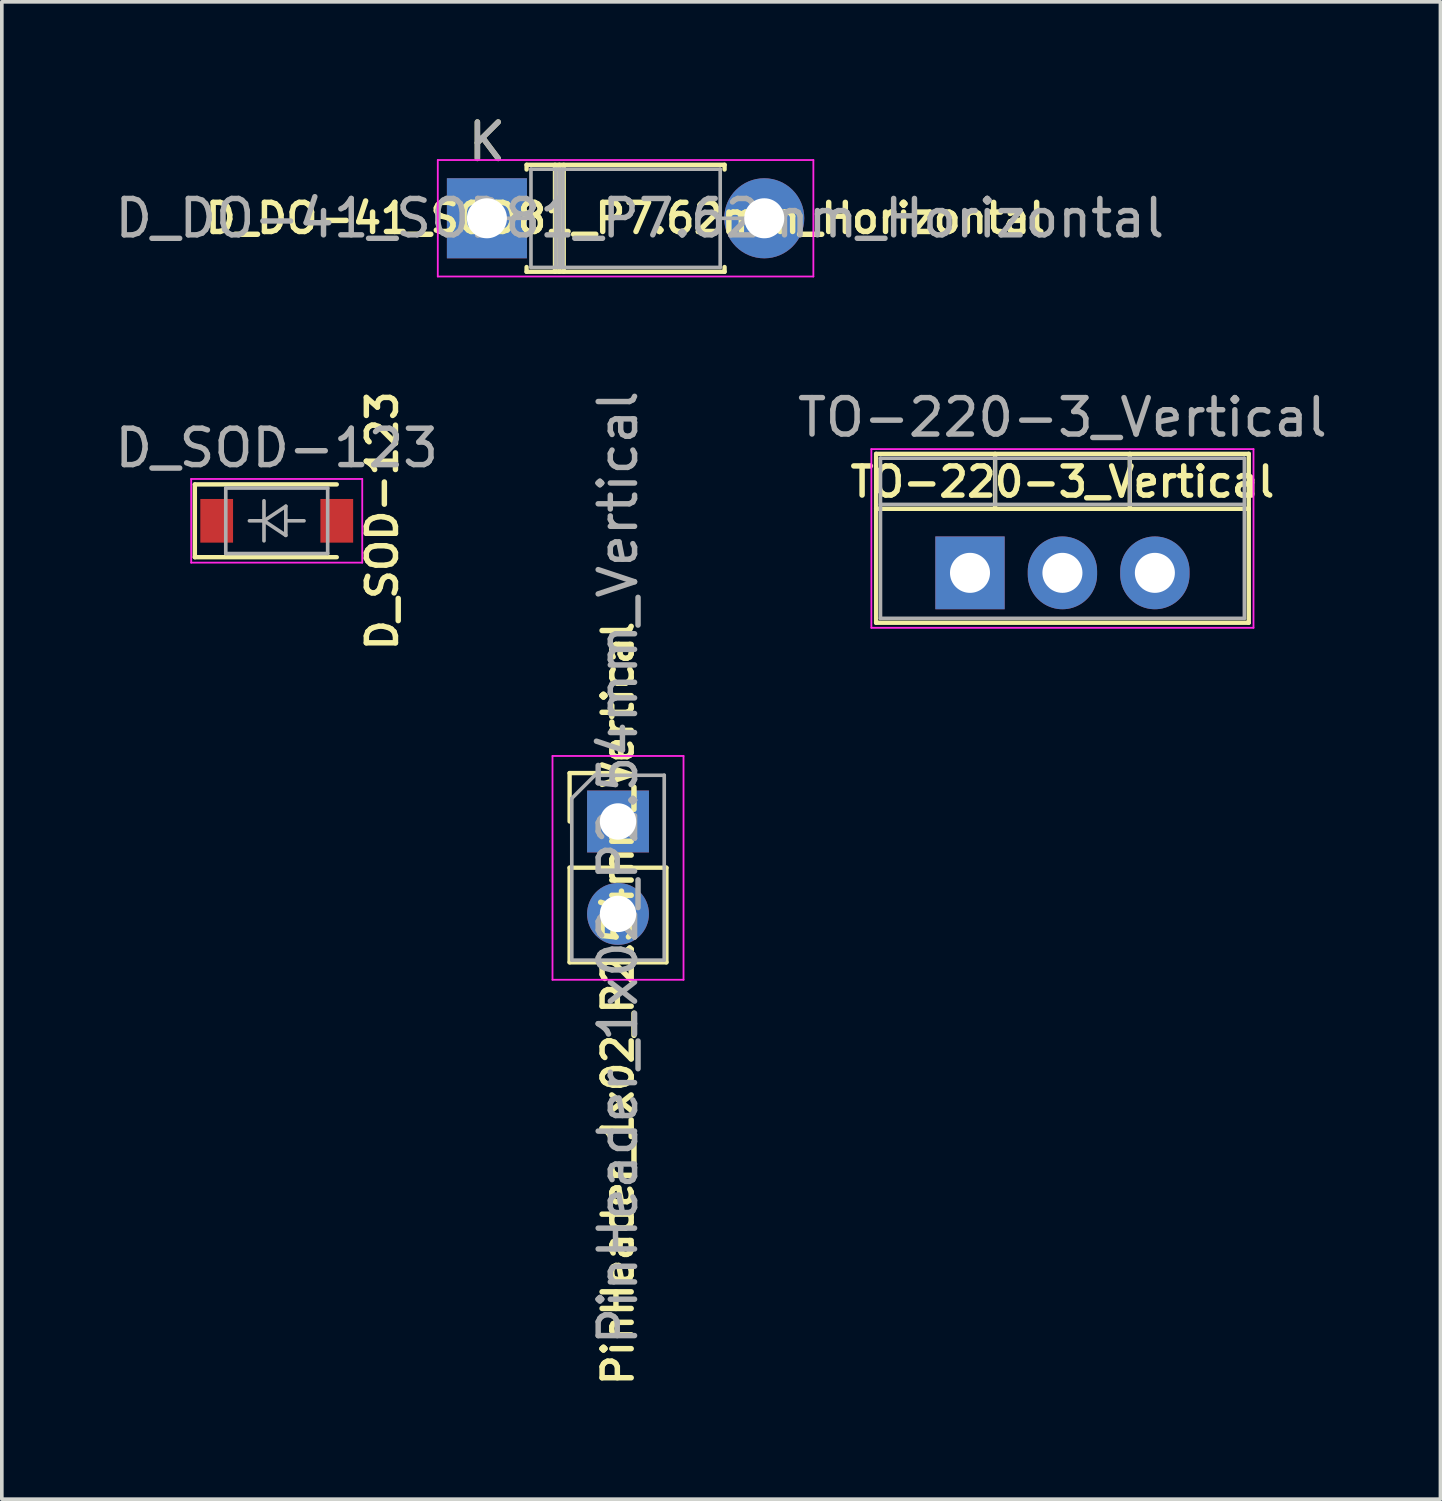
<source format=kicad_pcb>
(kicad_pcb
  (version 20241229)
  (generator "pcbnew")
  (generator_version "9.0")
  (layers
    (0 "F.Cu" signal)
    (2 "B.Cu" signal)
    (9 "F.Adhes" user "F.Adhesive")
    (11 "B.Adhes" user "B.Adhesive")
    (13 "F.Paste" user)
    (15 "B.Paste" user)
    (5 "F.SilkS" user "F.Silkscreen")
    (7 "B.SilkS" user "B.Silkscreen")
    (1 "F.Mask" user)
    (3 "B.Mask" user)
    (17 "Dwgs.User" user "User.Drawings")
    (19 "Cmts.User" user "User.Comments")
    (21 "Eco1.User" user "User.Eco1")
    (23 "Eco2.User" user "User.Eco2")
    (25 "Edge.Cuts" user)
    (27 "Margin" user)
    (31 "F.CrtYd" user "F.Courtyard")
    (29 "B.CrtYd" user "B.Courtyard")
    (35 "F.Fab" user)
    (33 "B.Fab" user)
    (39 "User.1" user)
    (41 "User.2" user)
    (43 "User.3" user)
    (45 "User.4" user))
  (footprint "D_SOD-123"
    (layer "F.Cu")
    (at 4.554 11.261)
    (property "Reference" "D_SOD-123" (at 2.9 0 270) (layer "F.SilkS") (effects (font (size 0.8 0.8) (thickness 0.15))))
    (attr smd)
    (fp_line (start -2.25 -1) (end -2.25 1) (stroke (width 0.12) (type solid)) (layer "F.SilkS"))
    (fp_line (start -2.25 -1) (end 1.65 -1) (stroke (width 0.12) (type solid)) (layer "F.SilkS"))
    (fp_line (start -2.25 1) (end 1.65 1) (stroke (width 0.12) (type solid)) (layer "F.SilkS"))
    (fp_line (start -2.35 -1.15) (end -2.35 1.15) (stroke (width 0.05) (type solid)) (layer "F.CrtYd"))
    (fp_line (start -2.35 -1.15) (end 2.35 -1.15) (stroke (width 0.05) (type solid)) (layer "F.CrtYd"))
    (fp_line (start 2.35 -1.15) (end 2.35 1.15) (stroke (width 0.05) (type solid)) (layer "F.CrtYd"))
    (fp_line (start 2.35 1.15) (end -2.35 1.15) (stroke (width 0.05) (type solid)) (layer "F.CrtYd"))
    (fp_line (start -1.4 -0.9) (end 1.4 -0.9) (stroke (width 0.1) (type solid)) (layer "F.Fab"))
    (fp_line (start -1.4 0.9) (end -1.4 -0.9) (stroke (width 0.1) (type solid)) (layer "F.Fab"))
    (fp_line (start -0.75 0) (end -0.35 0) (stroke (width 0.1) (type solid)) (layer "F.Fab"))
    (fp_line (start -0.35 0) (end -0.35 -0.55) (stroke (width 0.1) (type solid)) (layer "F.Fab"))
    (fp_line (start -0.35 0) (end -0.35 0.55) (stroke (width 0.1) (type solid)) (layer "F.Fab"))
    (fp_line (start -0.35 0) (end 0.25 -0.4) (stroke (width 0.1) (type solid)) (layer "F.Fab"))
    (fp_line (start 0.25 -0.4) (end 0.25 0.4) (stroke (width 0.1) (type solid)) (layer "F.Fab"))
    (fp_line (start 0.25 0) (end 0.75 0) (stroke (width 0.1) (type solid)) (layer "F.Fab"))
    (fp_line (start 0.25 0.4) (end -0.35 0) (stroke (width 0.1) (type solid)) (layer "F.Fab"))
    (fp_line (start 1.4 -0.9) (end 1.4 0.9) (stroke (width 0.1) (type solid)) (layer "F.Fab"))
    (fp_line (start 1.4 0.9) (end -1.4 0.9) (stroke (width 0.1) (type solid)) (layer "F.Fab"))
    (fp_text user "${REFERENCE}" (at 0 -2 0) (layer "F.Fab") (effects (font (size 1 1) (thickness 0.15))))
    (pad "1" smd rect (at -1.65 0) (size 0.9 1.2) (layers "F.Cu" "F.Mask" "F.Paste"))
    (pad "2" smd rect (at 1.65 0) (size 0.9 1.2) (layers "F.Cu" "F.Mask" "F.Paste")))
  (footprint "D_DO-41_SOD81_P7.62mm_Horizontal"
    (layer "F.Cu")
    (at 10.33 2.948)
    (property "Reference" "D_DO-41_SOD81_P7.62mm_Horizontal" (at 3.81 0 0) (layer "F.SilkS") (effects (font (size 0.8 0.8) (thickness 0.15))))
    (attr through_hole)
    (fp_line (start 1.09 -1.47) (end 6.53 -1.47) (stroke (width 0.12) (type solid)) (layer "F.SilkS"))
    (fp_line (start 1.09 -1.34) (end 1.09 -1.47) (stroke (width 0.12) (type solid)) (layer "F.SilkS"))
    (fp_line (start 1.09 1.34) (end 1.09 1.47) (stroke (width 0.12) (type solid)) (layer "F.SilkS"))
    (fp_line (start 1.09 1.47) (end 6.53 1.47) (stroke (width 0.12) (type solid)) (layer "F.SilkS"))
    (fp_line (start 1.87 -1.47) (end 1.87 1.47) (stroke (width 0.12) (type solid)) (layer "F.SilkS"))
    (fp_line (start 1.99 -1.47) (end 1.99 1.47) (stroke (width 0.12) (type solid)) (layer "F.SilkS"))
    (fp_line (start 2.11 -1.47) (end 2.11 1.47) (stroke (width 0.12) (type solid)) (layer "F.SilkS"))
    (fp_line (start 6.53 -1.47) (end 6.53 -1.34) (stroke (width 0.12) (type solid)) (layer "F.SilkS"))
    (fp_line (start 6.53 1.47) (end 6.53 1.34) (stroke (width 0.12) (type solid)) (layer "F.SilkS"))
    (fp_line (start -1.35 -1.6) (end -1.35 1.6) (stroke (width 0.05) (type solid)) (layer "F.CrtYd"))
    (fp_line (start -1.35 1.6) (end 8.97 1.6) (stroke (width 0.05) (type solid)) (layer "F.CrtYd"))
    (fp_line (start 8.97 -1.6) (end -1.35 -1.6) (stroke (width 0.05) (type solid)) (layer "F.CrtYd"))
    (fp_line (start 8.97 1.6) (end 8.97 -1.6) (stroke (width 0.05) (type solid)) (layer "F.CrtYd"))
    (fp_line (start 0 0) (end 1.21 0) (stroke (width 0.1) (type solid)) (layer "F.Fab"))
    (fp_line (start 1.21 -1.35) (end 1.21 1.35) (stroke (width 0.1) (type solid)) (layer "F.Fab"))
    (fp_line (start 1.21 1.35) (end 6.41 1.35) (stroke (width 0.1) (type solid)) (layer "F.Fab"))
    (fp_line (start 1.89 -1.35) (end 1.89 1.35) (stroke (width 0.1) (type solid)) (layer "F.Fab"))
    (fp_line (start 1.99 -1.35) (end 1.99 1.35) (stroke (width 0.1) (type solid)) (layer "F.Fab"))
    (fp_line (start 2.09 -1.35) (end 2.09 1.35) (stroke (width 0.1) (type solid)) (layer "F.Fab"))
    (fp_line (start 6.41 -1.35) (end 1.21 -1.35) (stroke (width 0.1) (type solid)) (layer "F.Fab"))
    (fp_line (start 6.41 1.35) (end 6.41 -1.35) (stroke (width 0.1) (type solid)) (layer "F.Fab"))
    (fp_line (start 7.62 0) (end 6.41 0) (stroke (width 0.1) (type solid)) (layer "F.Fab"))
    (fp_text user "K" (at 0 -2.1 0) (layer "F.SilkS") (effects (font (size 1 1) (thickness 0.15))))
    (fp_text user "${REFERENCE}" (at 4.2 0 0) (layer "F.Fab") (effects (font (size 1 1) (thickness 0.15))))
    (fp_text user "K" (at 0 -2.1 0) (layer "F.Fab") (effects (font (size 1 1) (thickness 0.15))))
    (pad "1" thru_hole rect (at 0 0) (size 2.2 2.2) (drill 1.1) (layers "*.Cu" "*.Mask"))
    (pad "2" thru_hole oval (at 7.62 0) (size 2.2 2.2) (drill 1.1) (layers "*.Cu" "*.Mask")))
  (footprint "TO-220-3_Vertical"
    (layer "F.Cu")
    (at 23.604 12.691)
    (property "Reference" "TO-220-3_Vertical" (at 2.54 -2.5 0) (layer "F.SilkS") (effects (font (size 0.8 0.8) (thickness 0.15))))
    (attr through_hole)
    (fp_line (start -2.58 -3.27) (end -2.58 1.371) (stroke (width 0.12) (type solid)) (layer "F.SilkS"))
    (fp_line (start -2.58 -3.27) (end 7.66 -3.27) (stroke (width 0.12) (type solid)) (layer "F.SilkS"))
    (fp_line (start -2.58 -1.76) (end 7.66 -1.76) (stroke (width 0.12) (type solid)) (layer "F.SilkS"))
    (fp_line (start -2.58 1.371) (end 7.66 1.371) (stroke (width 0.12) (type solid)) (layer "F.SilkS"))
    (fp_line (start 0.69 -3.27) (end 0.69 -1.76) (stroke (width 0.12) (type solid)) (layer "F.SilkS"))
    (fp_line (start 4.391 -3.27) (end 4.391 -1.76) (stroke (width 0.12) (type solid)) (layer "F.SilkS"))
    (fp_line (start 7.66 -3.27) (end 7.66 1.371) (stroke (width 0.12) (type solid)) (layer "F.SilkS"))
    (fp_line (start -2.71 -3.4) (end -2.71 1.51) (stroke (width 0.05) (type solid)) (layer "F.CrtYd"))
    (fp_line (start -2.71 1.51) (end 7.79 1.51) (stroke (width 0.05) (type solid)) (layer "F.CrtYd"))
    (fp_line (start 7.79 -3.4) (end -2.71 -3.4) (stroke (width 0.05) (type solid)) (layer "F.CrtYd"))
    (fp_line (start 7.79 1.51) (end 7.79 -3.4) (stroke (width 0.05) (type solid)) (layer "F.CrtYd"))
    (fp_line (start -2.46 -3.15) (end -2.46 1.25) (stroke (width 0.1) (type solid)) (layer "F.Fab"))
    (fp_line (start -2.46 -1.88) (end 7.54 -1.88) (stroke (width 0.1) (type solid)) (layer "F.Fab"))
    (fp_line (start -2.46 1.25) (end 7.54 1.25) (stroke (width 0.1) (type solid)) (layer "F.Fab"))
    (fp_line (start 0.69 -3.15) (end 0.69 -1.88) (stroke (width 0.1) (type solid)) (layer "F.Fab"))
    (fp_line (start 4.39 -3.15) (end 4.39 -1.88) (stroke (width 0.1) (type solid)) (layer "F.Fab"))
    (fp_line (start 7.54 -3.15) (end -2.46 -3.15) (stroke (width 0.1) (type solid)) (layer "F.Fab"))
    (fp_line (start 7.54 1.25) (end 7.54 -3.15) (stroke (width 0.1) (type solid)) (layer "F.Fab"))
    (fp_text user "${REFERENCE}" (at 2.54 -4.27 0) (layer "F.Fab") (effects (font (size 1 1) (thickness 0.15))))
    (pad "1" thru_hole rect (at 0 0) (size 1.905 2) (drill 1.1) (layers "*.Cu" "*.Mask"))
    (pad "2" thru_hole oval (at 2.54 0) (size 1.905 2) (drill 1.1) (layers "*.Cu" "*.Mask"))
    (pad "3" thru_hole oval (at 5.08 0) (size 1.905 2) (drill 1.1) (layers "*.Cu" "*.Mask")))
  (footprint "PinHeader_1x02_P2.54mm_Vertical"
    (layer "F.Cu")
    (at 13.932 19.523)
    (property "Reference" "PinHeader_1x02_P2.54mm_Vertical" (at 0 5 270) (layer "F.SilkS") (effects (font (size 0.8 0.8) (thickness 0.15))))
    (attr through_hole)
    (fp_line (start -1.33 -1.33) (end 0 -1.33) (stroke (width 0.12) (type solid)) (layer "F.SilkS"))
    (fp_line (start -1.33 0) (end -1.33 -1.33) (stroke (width 0.12) (type solid)) (layer "F.SilkS"))
    (fp_line (start -1.33 1.27) (end -1.33 3.87) (stroke (width 0.12) (type solid)) (layer "F.SilkS"))
    (fp_line (start -1.33 1.27) (end 1.33 1.27) (stroke (width 0.12) (type solid)) (layer "F.SilkS"))
    (fp_line (start -1.33 3.87) (end 1.33 3.87) (stroke (width 0.12) (type solid)) (layer "F.SilkS"))
    (fp_line (start 1.33 1.27) (end 1.33 3.87) (stroke (width 0.12) (type solid)) (layer "F.SilkS"))
    (fp_line (start -1.8 -1.8) (end -1.8 4.35) (stroke (width 0.05) (type solid)) (layer "F.CrtYd"))
    (fp_line (start -1.8 4.35) (end 1.8 4.35) (stroke (width 0.05) (type solid)) (layer "F.CrtYd"))
    (fp_line (start 1.8 -1.8) (end -1.8 -1.8) (stroke (width 0.05) (type solid)) (layer "F.CrtYd"))
    (fp_line (start 1.8 4.35) (end 1.8 -1.8) (stroke (width 0.05) (type solid)) (layer "F.CrtYd"))
    (fp_line (start -1.27 -0.635) (end -0.635 -1.27) (stroke (width 0.1) (type solid)) (layer "F.Fab"))
    (fp_line (start -1.27 3.81) (end -1.27 -0.635) (stroke (width 0.1) (type solid)) (layer "F.Fab"))
    (fp_line (start -0.635 -1.27) (end 1.27 -1.27) (stroke (width 0.1) (type solid)) (layer "F.Fab"))
    (fp_line (start 1.27 -1.27) (end 1.27 3.81) (stroke (width 0.1) (type solid)) (layer "F.Fab"))
    (fp_line (start 1.27 3.81) (end -1.27 3.81) (stroke (width 0.1) (type solid)) (layer "F.Fab"))
    (fp_text user "${REFERENCE}" (at 0 1.27 90) (layer "F.Fab") (effects (font (size 1 1) (thickness 0.15))))
    (pad "1" thru_hole rect (at 0 0) (size 1.7 1.7) (drill 1) (layers "*.Cu" "*.Mask"))
    (pad "2" thru_hole oval (at 0 2.54) (size 1.7 1.7) (drill 1) (layers "*.Cu" "*.Mask")))
  (gr_rect
    (start -3 -3)
    (end 36.531 38.145)
    (stroke (width 0.1) (type default))
    (fill no)
    (layer "Edge.Cuts")))
</source>
